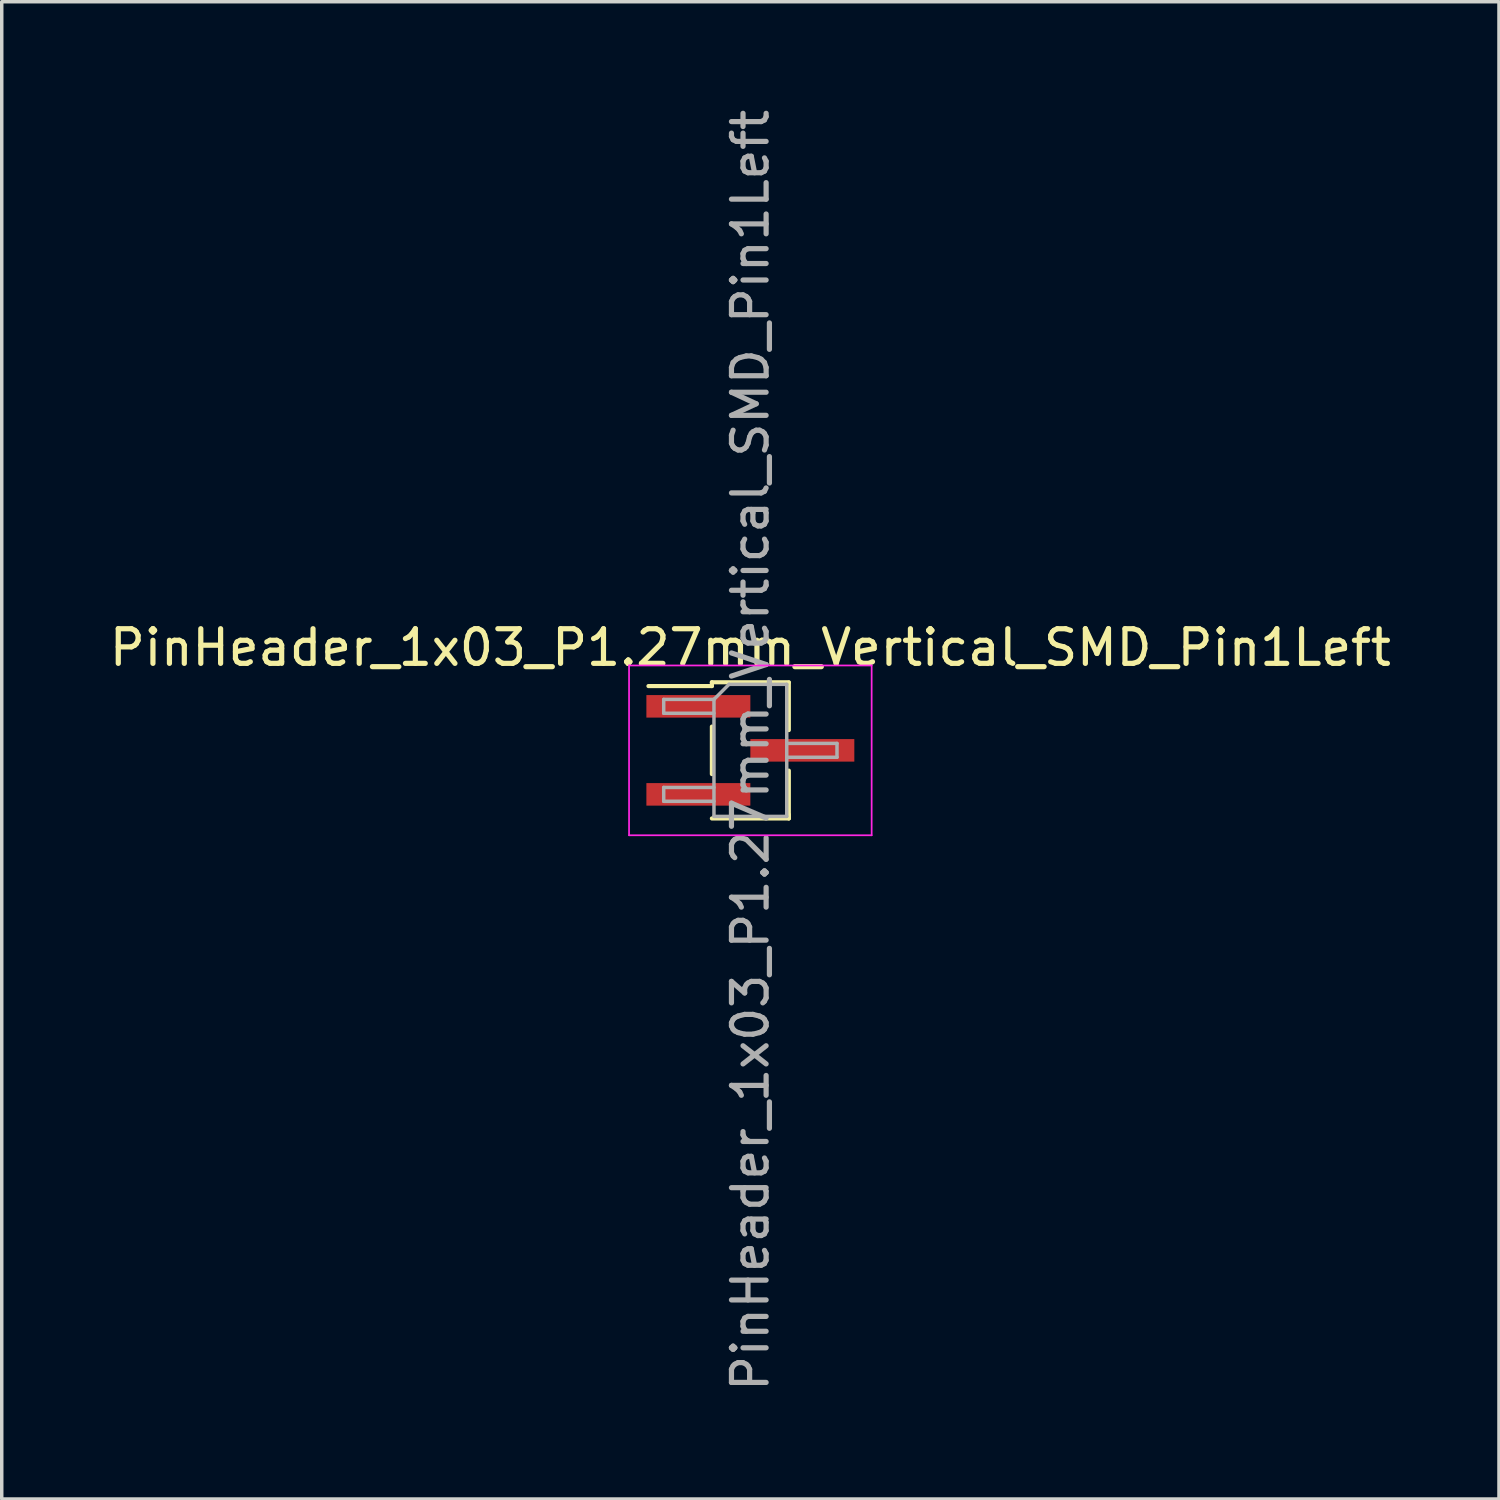
<source format=kicad_pcb>
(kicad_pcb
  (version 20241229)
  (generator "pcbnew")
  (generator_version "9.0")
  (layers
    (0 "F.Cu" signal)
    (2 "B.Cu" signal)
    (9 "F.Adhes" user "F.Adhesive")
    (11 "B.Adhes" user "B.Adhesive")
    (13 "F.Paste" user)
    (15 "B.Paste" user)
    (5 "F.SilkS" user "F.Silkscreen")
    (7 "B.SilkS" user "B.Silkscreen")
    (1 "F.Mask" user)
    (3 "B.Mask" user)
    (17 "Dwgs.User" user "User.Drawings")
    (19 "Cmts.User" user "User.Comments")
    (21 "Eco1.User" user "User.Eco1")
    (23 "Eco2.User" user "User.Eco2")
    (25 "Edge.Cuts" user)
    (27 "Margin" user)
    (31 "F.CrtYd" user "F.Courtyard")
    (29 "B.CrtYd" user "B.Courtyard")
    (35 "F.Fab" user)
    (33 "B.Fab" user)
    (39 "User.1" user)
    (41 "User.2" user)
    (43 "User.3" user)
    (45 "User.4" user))
  (footprint "PinHeader_1x03_P1.27mm_Vertical_SMD_Pin1Left"
    (layer "F.Cu")
    (at 18.601 18.601)
    (property "Reference" "PinHeader_1x03_P1.27mm_Vertical_SMD_Pin1Left" (at 0 -2.965 0) (layer "F.SilkS") (effects (font (size 1 1) (thickness 0.15))))
    (attr smd)
    (fp_line (start -1.11 -1.965) (end -1.11 -1.855) (stroke (width 0.12) (type solid)) (layer "F.SilkS"))
    (fp_line (start -1.11 -1.965) (end 1.11 -1.965) (stroke (width 0.12) (type solid)) (layer "F.SilkS"))
    (fp_line (start -1.11 -1.855) (end -2.94 -1.855) (stroke (width 0.12) (type solid)) (layer "F.SilkS"))
    (fp_line (start -1.11 -0.685) (end -1.11 0.685) (stroke (width 0.12) (type solid)) (layer "F.SilkS"))
    (fp_line (start -1.11 1.965) (end 1.11 1.965) (stroke (width 0.12) (type solid)) (layer "F.SilkS"))
    (fp_line (start 1.11 -1.955) (end 1.11 -0.585) (stroke (width 0.12) (type solid)) (layer "F.SilkS"))
    (fp_line (start 1.11 0.585) (end 1.11 1.955) (stroke (width 0.12) (type solid)) (layer "F.SilkS"))
    (fp_line (start 1.11 1.855) (end 1.11 1.965) (stroke (width 0.12) (type solid)) (layer "F.SilkS"))
    (fp_line (start -3.5 -2.45) (end -3.5 2.45) (stroke (width 0.05) (type solid)) (layer "F.CrtYd"))
    (fp_line (start -3.5 2.45) (end 3.5 2.45) (stroke (width 0.05) (type solid)) (layer "F.CrtYd"))
    (fp_line (start 3.5 -2.45) (end -3.5 -2.45) (stroke (width 0.05) (type solid)) (layer "F.CrtYd"))
    (fp_line (start 3.5 2.45) (end 3.5 -2.45) (stroke (width 0.05) (type solid)) (layer "F.CrtYd"))
    (fp_line (start -2.5 -1.47) (end -2.5 -1.07) (stroke (width 0.1) (type solid)) (layer "F.Fab"))
    (fp_line (start -2.5 -1.07) (end -1.05 -1.07) (stroke (width 0.1) (type solid)) (layer "F.Fab"))
    (fp_line (start -2.5 1.07) (end -2.5 1.47) (stroke (width 0.1) (type solid)) (layer "F.Fab"))
    (fp_line (start -2.5 1.47) (end -1.05 1.47) (stroke (width 0.1) (type solid)) (layer "F.Fab"))
    (fp_line (start -1.05 -1.47) (end -2.5 -1.47) (stroke (width 0.1) (type solid)) (layer "F.Fab"))
    (fp_line (start -1.05 -1.47) (end -0.615 -1.905) (stroke (width 0.1) (type solid)) (layer "F.Fab"))
    (fp_line (start -1.05 1.07) (end -2.5 1.07) (stroke (width 0.1) (type solid)) (layer "F.Fab"))
    (fp_line (start -1.05 1.905) (end -1.05 -1.47) (stroke (width 0.1) (type solid)) (layer "F.Fab"))
    (fp_line (start -0.615 -1.905) (end 1.05 -1.905) (stroke (width 0.1) (type solid)) (layer "F.Fab"))
    (fp_line (start 1.05 -1.905) (end 1.05 1.905) (stroke (width 0.1) (type solid)) (layer "F.Fab"))
    (fp_line (start 1.05 -0.2) (end 2.5 -0.2) (stroke (width 0.1) (type solid)) (layer "F.Fab"))
    (fp_line (start 1.05 1.905) (end -1.05 1.905) (stroke (width 0.1) (type solid)) (layer "F.Fab"))
    (fp_line (start 2.5 -0.2) (end 2.5 0.2) (stroke (width 0.1) (type solid)) (layer "F.Fab"))
    (fp_line (start 2.5 0.2) (end 1.05 0.2) (stroke (width 0.1) (type solid)) (layer "F.Fab"))
    (fp_text user "${REFERENCE}" (at 0 0 90) (layer "F.Fab") (effects (font (size 1 1) (thickness 0.15))))
    (pad "1" smd rect (at -1.5 -1.27) (size 3 0.65) (layers "F.Cu" "F.Mask" "F.Paste"))
    (pad "2" smd rect (at 1.5 0) (size 3 0.65) (layers "F.Cu" "F.Mask" "F.Paste"))
    (pad "3" smd rect (at -1.5 1.27) (size 3 0.65) (layers "F.Cu" "F.Mask" "F.Paste")))
  (gr_rect
    (start -3 -3)
    (end 40.202 40.202)
    (stroke (width 0.1) (type default))
    (fill no)
    (layer "Edge.Cuts")))
</source>
